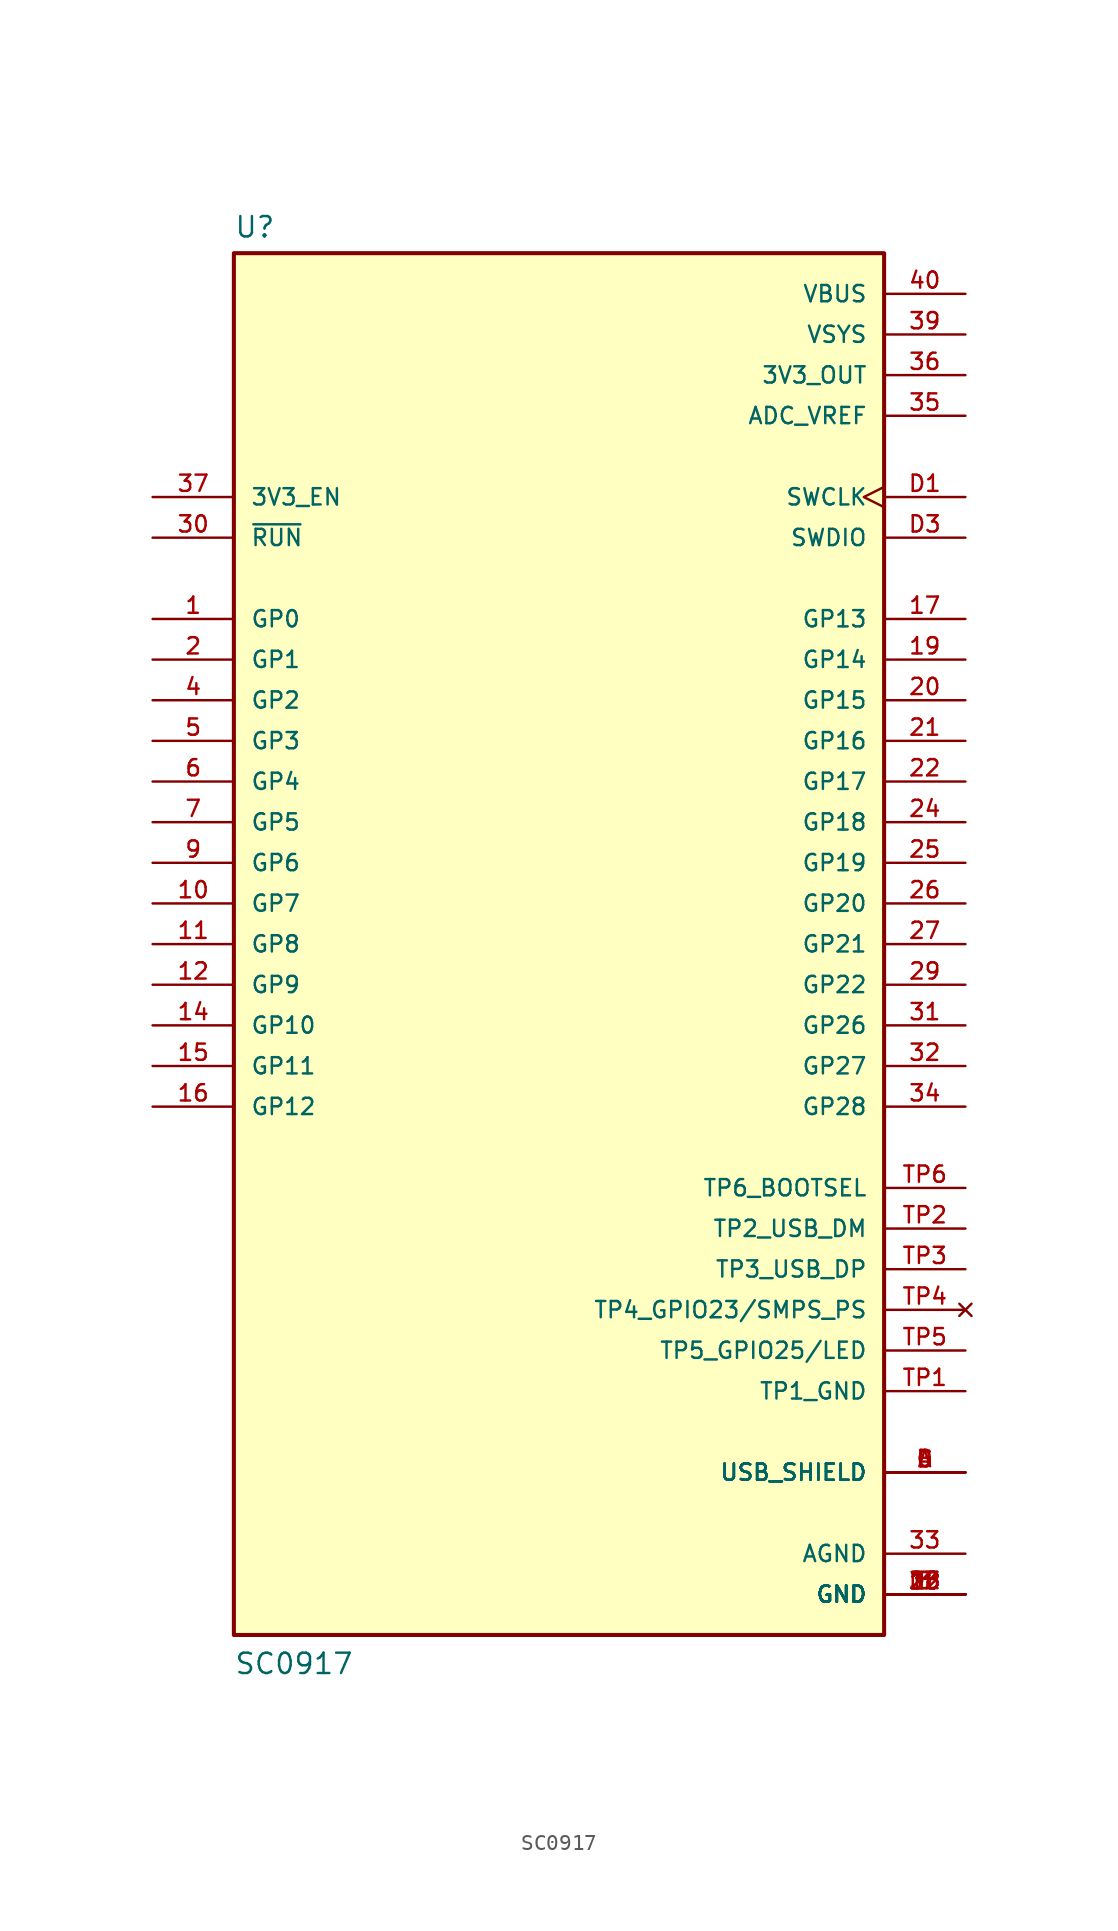
<source format=kicad_sym>
(kicad_symbol_lib
  (version 20211014)
  (generator kicad_symbol_editor)
  (symbol "SC0917"
    (pin_names
      (offset 1.016))
    (property "Reference" "U"
      (at -20.32 44.069 0)
      (effects (font (size 1.27 1.27)) (justify bottom left)))
    (property "Value" "SC0917"
      (at -20.32 -45.72 0)
      (effects (font (size 1.27 1.27)) (justify bottom left)))
    (symbol "SC0917_0_0"
      (rectangle (start -20.32 -43.18) (end 20.32 43.18) (stroke (width 0.254)) (fill (type background)))
      (pin bidirectional line (at -25.4 20.32 0) (length 5.08) (name "GP0" (effects (font (size 1.016 1.016)))) (number "1" (effects (font (size 1.016 1.016)))))
      (pin bidirectional line (at -25.4 17.78 0) (length 5.08) (name "GP1" (effects (font (size 1.016 1.016)))) (number "2" (effects (font (size 1.016 1.016)))))
      (pin power_in line (at 25.4 -40.64 180.0) (length 5.08) (name "GND" (effects (font (size 1.016 1.016)))) (number "3" (effects (font (size 1.016 1.016)))))
      (pin power_in line (at 25.4 -40.64 180.0) (length 5.08) (name "GND" (effects (font (size 1.016 1.016)))) (number "8" (effects (font (size 1.016 1.016)))))
      (pin power_in line (at 25.4 -40.64 180.0) (length 5.08) (name "GND" (effects (font (size 1.016 1.016)))) (number "13" (effects (font (size 1.016 1.016)))))
      (pin power_in line (at 25.4 -40.64 180.0) (length 5.08) (name "GND" (effects (font (size 1.016 1.016)))) (number "18" (effects (font (size 1.016 1.016)))))
      (pin power_in line (at 25.4 -40.64 180.0) (length 5.08) (name "GND" (effects (font (size 1.016 1.016)))) (number "23" (effects (font (size 1.016 1.016)))))
      (pin power_in line (at 25.4 -40.64 180.0) (length 5.08) (name "GND" (effects (font (size 1.016 1.016)))) (number "28" (effects (font (size 1.016 1.016)))))
      (pin power_in line (at 25.4 -40.64 180.0) (length 5.08) (name "GND" (effects (font (size 1.016 1.016)))) (number "38" (effects (font (size 1.016 1.016)))))
      (pin power_in line (at 25.4 -40.64 180.0) (length 5.08) (name "GND" (effects (font (size 1.016 1.016)))) (number "D2" (effects (font (size 1.016 1.016)))))
      (pin bidirectional line (at -25.4 15.24 0) (length 5.08) (name "GP2" (effects (font (size 1.016 1.016)))) (number "4" (effects (font (size 1.016 1.016)))))
      (pin bidirectional line (at -25.4 12.7 0) (length 5.08) (name "GP3" (effects (font (size 1.016 1.016)))) (number "5" (effects (font (size 1.016 1.016)))))
      (pin bidirectional line (at -25.4 10.16 0) (length 5.08) (name "GP4" (effects (font (size 1.016 1.016)))) (number "6" (effects (font (size 1.016 1.016)))))
      (pin bidirectional line (at -25.4 7.62 0) (length 5.08) (name "GP5" (effects (font (size 1.016 1.016)))) (number "7" (effects (font (size 1.016 1.016)))))
      (pin bidirectional line (at -25.4 5.08 0) (length 5.08) (name "GP6" (effects (font (size 1.016 1.016)))) (number "9" (effects (font (size 1.016 1.016)))))
      (pin bidirectional line (at -25.4 2.54 0) (length 5.08) (name "GP7" (effects (font (size 1.016 1.016)))) (number "10" (effects (font (size 1.016 1.016)))))
      (pin bidirectional line (at -25.4 -2.54 0) (length 5.08) (name "GP9" (effects (font (size 1.016 1.016)))) (number "12" (effects (font (size 1.016 1.016)))))
      (pin bidirectional line (at -25.4 0.0 0) (length 5.08) (name "GP8" (effects (font (size 1.016 1.016)))) (number "11" (effects (font (size 1.016 1.016)))))
      (pin bidirectional line (at -25.4 -5.08 0) (length 5.08) (name "GP10" (effects (font (size 1.016 1.016)))) (number "14" (effects (font (size 1.016 1.016)))))
      (pin bidirectional line (at -25.4 -7.62 0) (length 5.08) (name "GP11" (effects (font (size 1.016 1.016)))) (number "15" (effects (font (size 1.016 1.016)))))
      (pin bidirectional line (at -25.4 -10.16 0) (length 5.08) (name "GP12" (effects (font (size 1.016 1.016)))) (number "16" (effects (font (size 1.016 1.016)))))
      (pin bidirectional line (at 25.4 20.32 180.0) (length 5.08) (name "GP13" (effects (font (size 1.016 1.016)))) (number "17" (effects (font (size 1.016 1.016)))))
      (pin bidirectional line (at 25.4 17.78 180.0) (length 5.08) (name "GP14" (effects (font (size 1.016 1.016)))) (number "19" (effects (font (size 1.016 1.016)))))
      (pin bidirectional line (at 25.4 15.24 180.0) (length 5.08) (name "GP15" (effects (font (size 1.016 1.016)))) (number "20" (effects (font (size 1.016 1.016)))))
      (pin bidirectional line (at 25.4 12.7 180.0) (length 5.08) (name "GP16" (effects (font (size 1.016 1.016)))) (number "21" (effects (font (size 1.016 1.016)))))
      (pin bidirectional line (at 25.4 10.16 180.0) (length 5.08) (name "GP17" (effects (font (size 1.016 1.016)))) (number "22" (effects (font (size 1.016 1.016)))))
      (pin bidirectional line (at 25.4 7.62 180.0) (length 5.08) (name "GP18" (effects (font (size 1.016 1.016)))) (number "24" (effects (font (size 1.016 1.016)))))
      (pin bidirectional line (at 25.4 5.08 180.0) (length 5.08) (name "GP19" (effects (font (size 1.016 1.016)))) (number "25" (effects (font (size 1.016 1.016)))))
      (pin bidirectional line (at 25.4 2.54 180.0) (length 5.08) (name "GP20" (effects (font (size 1.016 1.016)))) (number "26" (effects (font (size 1.016 1.016)))))
      (pin bidirectional line (at 25.4 0.0 180.0) (length 5.08) (name "GP21" (effects (font (size 1.016 1.016)))) (number "27" (effects (font (size 1.016 1.016)))))
      (pin bidirectional line (at 25.4 -2.54 180.0) (length 5.08) (name "GP22" (effects (font (size 1.016 1.016)))) (number "29" (effects (font (size 1.016 1.016)))))
      (pin input line (at -25.4 25.4 0) (length 5.08) (name "~{RUN}" (effects (font (size 1.016 1.016)))) (number "30" (effects (font (size 1.016 1.016)))))
      (pin bidirectional line (at 25.4 -5.08 180.0) (length 5.08) (name "GP26" (effects (font (size 1.016 1.016)))) (number "31" (effects (font (size 1.016 1.016)))))
      (pin bidirectional line (at 25.4 -7.62 180.0) (length 5.08) (name "GP27" (effects (font (size 1.016 1.016)))) (number "32" (effects (font (size 1.016 1.016)))))
      (pin power_in line (at 25.4 -38.1 180.0) (length 5.08) (name "AGND" (effects (font (size 1.016 1.016)))) (number "33" (effects (font (size 1.016 1.016)))))
      (pin bidirectional line (at 25.4 -10.16 180.0) (length 5.08) (name "GP28" (effects (font (size 1.016 1.016)))) (number "34" (effects (font (size 1.016 1.016)))))
      (pin power_in line (at 25.4 33.02 180.0) (length 5.08) (name "ADC_VREF" (effects (font (size 1.016 1.016)))) (number "35" (effects (font (size 1.016 1.016)))))
      (pin power_in line (at 25.4 35.56 180.0) (length 5.08) (name "3V3_OUT" (effects (font (size 1.016 1.016)))) (number "36" (effects (font (size 1.016 1.016)))))
      (pin input line (at -25.4 27.94 0) (length 5.08) (name "3V3_EN" (effects (font (size 1.016 1.016)))) (number "37" (effects (font (size 1.016 1.016)))))
      (pin power_in line (at 25.4 38.1 180.0) (length 5.08) (name "VSYS" (effects (font (size 1.016 1.016)))) (number "39" (effects (font (size 1.016 1.016)))))
      (pin power_in line (at 25.4 40.64 180.0) (length 5.08) (name "VBUS" (effects (font (size 1.016 1.016)))) (number "40" (effects (font (size 1.016 1.016)))))
      (pin input clock (at 25.4 27.94 180.0) (length 5.08) (name "SWCLK" (effects (font (size 1.016 1.016)))) (number "D1" (effects (font (size 1.016 1.016)))))
      (pin bidirectional line (at 25.4 25.4 180.0) (length 5.08) (name "SWDIO" (effects (font (size 1.016 1.016)))) (number "D3" (effects (font (size 1.016 1.016)))))
      (pin power_in line (at 25.4 -27.94 180.0) (length 5.08) (name "TP1_GND" (effects (font (size 1.016 1.016)))) (number "TP1" (effects (font (size 1.016 1.016)))))
      (pin bidirectional line (at 25.4 -17.78 180.0) (length 5.08) (name "TP2_USB_DM" (effects (font (size 1.016 1.016)))) (number "TP2" (effects (font (size 1.016 1.016)))))
      (pin bidirectional line (at 25.4 -20.32 180.0) (length 5.08) (name "TP3_USB_DP" (effects (font (size 1.016 1.016)))) (number "TP3" (effects (font (size 1.016 1.016)))))
      (pin no_connect line (at 25.4 -22.86 180.0) (length 5.08) (name "TP4_GPIO23/SMPS_PS" (effects (font (size 1.016 1.016)))) (number "TP4" (effects (font (size 1.016 1.016)))))
      (pin output line (at 25.4 -25.4 180.0) (length 5.08) (name "TP5_GPIO25/LED" (effects (font (size 1.016 1.016)))) (number "TP5" (effects (font (size 1.016 1.016)))))
      (pin input line (at 25.4 -15.24 180.0) (length 5.08) (name "TP6_BOOTSEL" (effects (font (size 1.016 1.016)))) (number "TP6" (effects (font (size 1.016 1.016)))))
      (pin power_in line (at 25.4 -33.02 180.0) (length 5.08) (name "USB_SHIELD" (effects (font (size 1.016 1.016)))) (number "A" (effects (font (size 1.016 1.016)))))
      (pin power_in line (at 25.4 -33.02 180.0) (length 5.08) (name "USB_SHIELD" (effects (font (size 1.016 1.016)))) (number "B" (effects (font (size 1.016 1.016)))))
      (pin power_in line (at 25.4 -33.02 180.0) (length 5.08) (name "USB_SHIELD" (effects (font (size 1.016 1.016)))) (number "C" (effects (font (size 1.016 1.016)))))
      (pin power_in line (at 25.4 -33.02 180.0) (length 5.08) (name "USB_SHIELD" (effects (font (size 1.016 1.016)))) (number "D" (effects (font (size 1.016 1.016))))))))
</source>
